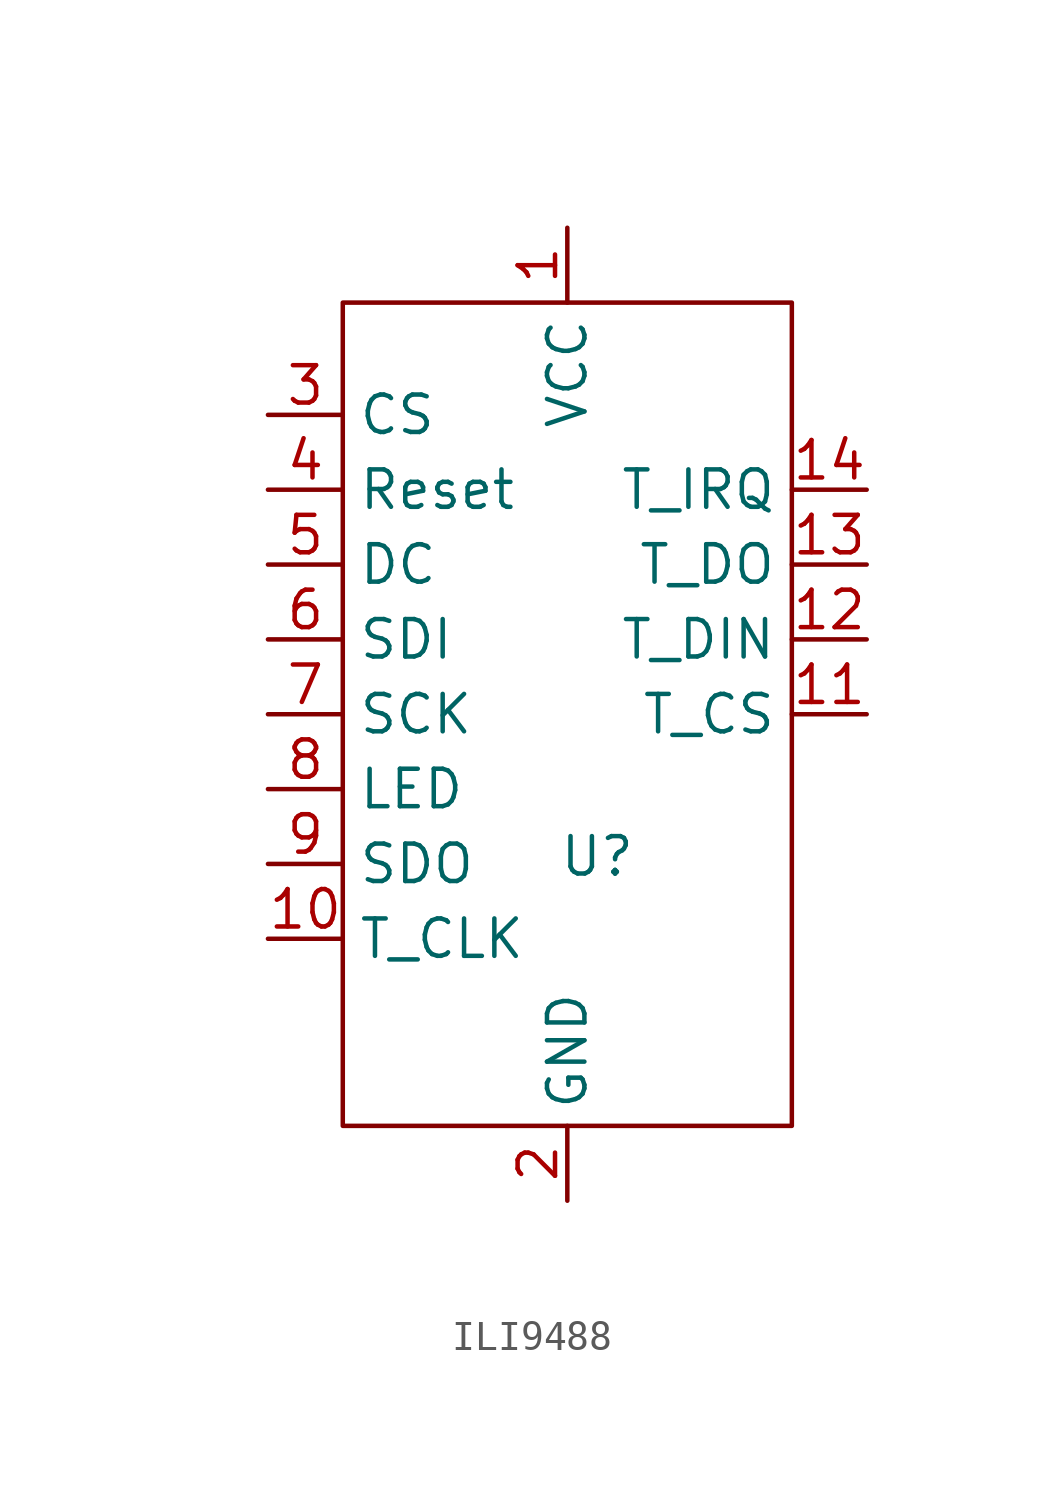
<source format=kicad_sym>
(kicad_symbol_lib
  (version 20231120)
  (generator "kicad_symbol_editor")
  (generator_version "8.0")
  (symbol "ILI9488"
    (property "Reference" "U"
      (at 13.716 -11.176 0)
      (effects (font (size 1.27 1.27))))
    (property "Value" ""
      (at 0 3.81 0)
      (effects (font (size 1.27 1.27))))
    (symbol "ILI9488_0_1"
      (rectangle (start 5.08 7.62) (end 20.32 -20.32) (stroke (width 0) (type default)) (fill (type none))))
    (symbol "ILI9488_1_1"
      (pin power_in line (at 12.7 10.16 270) (length 2.54) (name "VCC" (effects (font (size 1.27 1.27)))) (number "1" (effects (font (size 1.27 1.27)))))
      (pin input line (at 2.54 -13.97 0) (length 2.54) (name "T_CLK" (effects (font (size 1.27 1.27)))) (number "10" (effects (font (size 1.27 1.27)))))
      (pin input line (at 22.86 -6.35 180) (length 2.54) (name "T_CS" (effects (font (size 1.27 1.27)))) (number "11" (effects (font (size 1.27 1.27)))))
      (pin input line (at 22.86 -3.81 180) (length 2.54) (name "T_DIN" (effects (font (size 1.27 1.27)))) (number "12" (effects (font (size 1.27 1.27)))))
      (pin output line (at 22.86 -1.27 180) (length 2.54) (name "T_DO" (effects (font (size 1.27 1.27)))) (number "13" (effects (font (size 1.27 1.27)))))
      (pin output line (at 22.86 1.27 180) (length 2.54) (name "T_IRQ" (effects (font (size 1.27 1.27)))) (number "14" (effects (font (size 1.27 1.27)))))
      (pin power_in line (at 12.7 -22.86 90) (length 2.54) (name "GND" (effects (font (size 1.27 1.27)))) (number "2" (effects (font (size 1.27 1.27)))))
      (pin input line (at 2.54 3.81 0) (length 2.54) (name "CS" (effects (font (size 1.27 1.27)))) (number "3" (effects (font (size 1.27 1.27)))))
      (pin input line (at 2.54 1.27 0) (length 2.54) (name "Reset" (effects (font (size 1.27 1.27)))) (number "4" (effects (font (size 1.27 1.27)))))
      (pin bidirectional line (at 2.54 -1.27 0) (length 2.54) (name "DC" (effects (font (size 1.27 1.27)))) (number "5" (effects (font (size 1.27 1.27)))))
      (pin bidirectional line (at 2.54 -3.81 0) (length 2.54) (name "SDI" (effects (font (size 1.27 1.27)))) (number "6" (effects (font (size 1.27 1.27)))))
      (pin bidirectional line (at 2.54 -6.35 0) (length 2.54) (name "SCK" (effects (font (size 1.27 1.27)))) (number "7" (effects (font (size 1.27 1.27)))))
      (pin input line (at 2.54 -8.89 0) (length 2.54) (name "LED" (effects (font (size 1.27 1.27)))) (number "8" (effects (font (size 1.27 1.27)))))
      (pin input line (at 2.54 -11.43 0) (length 2.54) (name "SDO" (effects (font (size 1.27 1.27)))) (number "9" (effects (font (size 1.27 1.27))))))))
</source>
